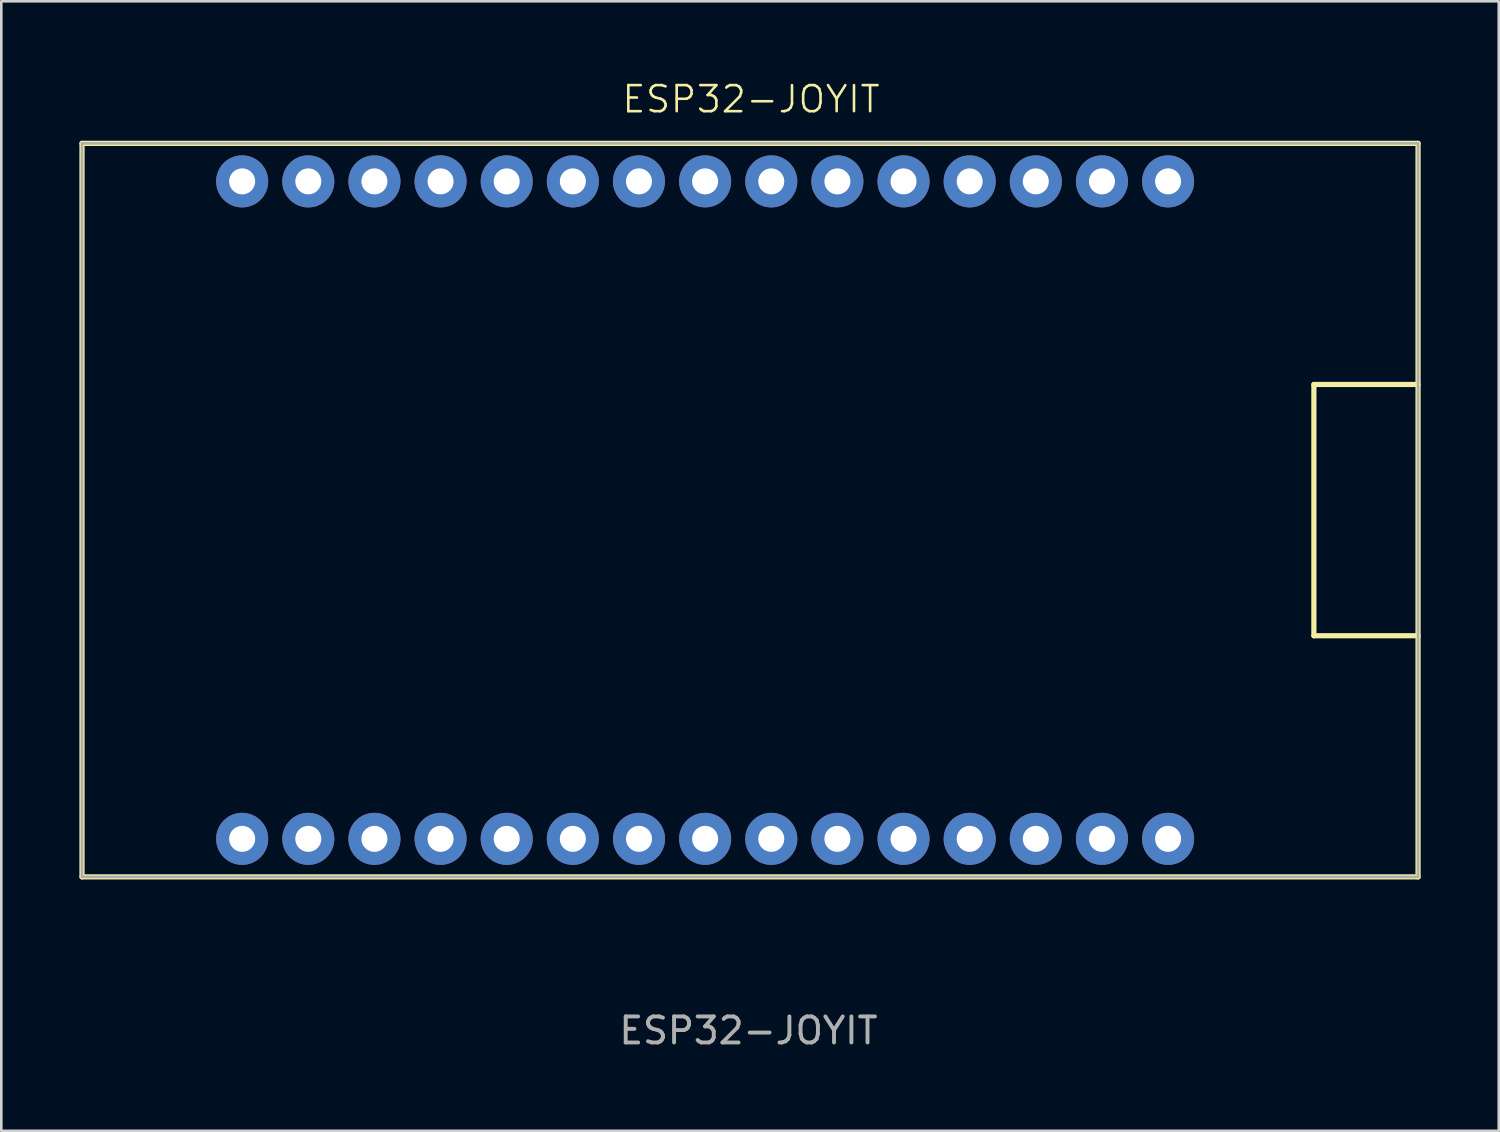
<source format=kicad_pcb>
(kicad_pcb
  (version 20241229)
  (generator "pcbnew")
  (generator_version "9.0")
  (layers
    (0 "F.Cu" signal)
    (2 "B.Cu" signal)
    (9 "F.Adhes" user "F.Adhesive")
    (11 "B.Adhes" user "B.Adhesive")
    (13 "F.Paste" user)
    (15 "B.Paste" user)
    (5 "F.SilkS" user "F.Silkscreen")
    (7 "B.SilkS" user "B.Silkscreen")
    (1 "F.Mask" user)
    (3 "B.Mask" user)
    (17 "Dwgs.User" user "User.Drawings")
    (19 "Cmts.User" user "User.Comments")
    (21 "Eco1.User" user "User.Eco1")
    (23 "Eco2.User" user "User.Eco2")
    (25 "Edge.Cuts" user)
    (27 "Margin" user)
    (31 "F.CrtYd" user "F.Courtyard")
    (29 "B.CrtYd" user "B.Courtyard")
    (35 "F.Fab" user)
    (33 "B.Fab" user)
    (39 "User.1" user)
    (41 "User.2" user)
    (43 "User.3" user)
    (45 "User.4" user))
  (footprint "ESP32-JOYIT"
    (layer "F.Cu")
    (at 25.755 16.541)
    (property "Reference" "ESP32-JOYIT" (at 0.04 -15.78 0) (unlocked yes) (layer "F.SilkS") (effects (font (size 1 1) (thickness 0.1))))
    (attr through_hole)
    (fp_line (start -25.655 -14.085) (end -25.655 14.085) (stroke (width 0.2) (type default)) (layer "F.SilkS"))
    (fp_line (start -25.655 14.085) (end 25.655 14.085) (stroke (width 0.2) (type default)) (layer "F.SilkS"))
    (fp_line (start 21.655 -4.825) (end 21.655 4.825) (stroke (width 0.2) (type default)) (layer "F.SilkS"))
    (fp_line (start 21.655 -4.825) (end 25.655 -4.825) (stroke (width 0.2) (type default)) (layer "F.SilkS"))
    (fp_line (start 21.655 4.825) (end 25.655 4.825) (stroke (width 0.2) (type default)) (layer "F.SilkS"))
    (fp_line (start 25.655 -14.085) (end -25.655 -14.085) (stroke (width 0.2) (type default)) (layer "F.SilkS"))
    (fp_line (start 25.655 -14.085) (end 25.655 14.085) (stroke (width 0.2) (type default)) (layer "F.SilkS"))
    (fp_line (start -25.655 -14.085) (end -25.655 14.085) (stroke (width 0.1) (type default)) (layer "F.Fab"))
    (fp_line (start -25.655 -14.085) (end 25.655 -14.085) (stroke (width 0.1) (type default)) (layer "F.Fab"))
    (fp_line (start -25.655 14.085) (end 25.655 14.085) (stroke (width 0.1) (type default)) (layer "F.Fab"))
    (fp_line (start 25.655 -14.085) (end 25.655 14.085) (stroke (width 0.1) (type default)) (layer "F.Fab"))
    (fp_text user "${REFERENCE}" (at -0.06 19.99 0) (unlocked yes) (layer "F.Fab") (effects (font (size 1 1) (thickness 0.15))))
    (pad "1" thru_hole circle (at -19.505 12.625) (size 2 2) (drill 1) (layers "*.Cu" "*.Mask"))
    (pad "2" thru_hole circle (at -16.965 12.625) (size 2 2) (drill 1) (layers "*.Cu" "*.Mask"))
    (pad "3" thru_hole circle (at -14.425 12.625) (size 2 2) (drill 1) (layers "*.Cu" "*.Mask"))
    (pad "4" thru_hole circle (at -11.885 12.625) (size 2 2) (drill 1) (layers "*.Cu" "*.Mask"))
    (pad "5" thru_hole circle (at -9.345 12.625) (size 2 2) (drill 1) (layers "*.Cu" "*.Mask"))
    (pad "6" thru_hole circle (at -6.805 12.625) (size 2 2) (drill 1) (layers "*.Cu" "*.Mask"))
    (pad "7" thru_hole circle (at -4.265 12.625) (size 2 2) (drill 1) (layers "*.Cu" "*.Mask"))
    (pad "8" thru_hole circle (at -1.725 12.625) (size 2 2) (drill 1) (layers "*.Cu" "*.Mask"))
    (pad "9" thru_hole circle (at 0.815 12.625) (size 2 2) (drill 1) (layers "*.Cu" "*.Mask"))
    (pad "10" thru_hole circle (at 3.355 12.625) (size 2 2) (drill 1) (layers "*.Cu" "*.Mask"))
    (pad "11" thru_hole circle (at 5.895 12.625) (size 2 2) (drill 1) (layers "*.Cu" "*.Mask"))
    (pad "12" thru_hole circle (at 8.435 12.625) (size 2 2) (drill 1) (layers "*.Cu" "*.Mask"))
    (pad "13" thru_hole circle (at 10.975 12.625) (size 2 2) (drill 1) (layers "*.Cu" "*.Mask"))
    (pad "14" thru_hole circle (at 13.515 12.625) (size 2 2) (drill 1) (layers "*.Cu" "*.Mask"))
    (pad "15" thru_hole circle (at 16.055 12.625) (size 2 2) (drill 1) (layers "*.Cu" "*.Mask"))
    (pad "16" thru_hole circle (at -19.505 -12.625) (size 2 2) (drill 1) (layers "*.Cu" "*.Mask"))
    (pad "17" thru_hole circle (at -16.965 -12.625) (size 2 2) (drill 1) (layers "*.Cu" "*.Mask"))
    (pad "18" thru_hole circle (at -14.425 -12.625) (size 2 2) (drill 1) (layers "*.Cu" "*.Mask"))
    (pad "19" thru_hole circle (at -11.885 -12.625) (size 2 2) (drill 1) (layers "*.Cu" "*.Mask"))
    (pad "20" thru_hole circle (at -9.345 -12.625) (size 2 2) (drill 1) (layers "*.Cu" "*.Mask"))
    (pad "21" thru_hole circle (at -6.805 -12.625) (size 2 2) (drill 1) (layers "*.Cu" "*.Mask"))
    (pad "22" thru_hole circle (at -4.266 -12.625) (size 2 2) (drill 1) (layers "*.Cu" "*.Mask"))
    (pad "23" thru_hole circle (at -1.725 -12.625) (size 2 2) (drill 1) (layers "*.Cu" "*.Mask"))
    (pad "24" thru_hole circle (at 0.815 -12.625) (size 2 2) (drill 1) (layers "*.Cu" "*.Mask"))
    (pad "25" thru_hole circle (at 3.355 -12.625) (size 2 2) (drill 1) (layers "*.Cu" "*.Mask"))
    (pad "26" thru_hole circle (at 5.895 -12.625) (size 2 2) (drill 1) (layers "*.Cu" "*.Mask"))
    (pad "27" thru_hole circle (at 8.435 -12.625) (size 2 2) (drill 1) (layers "*.Cu" "*.Mask"))
    (pad "28" thru_hole circle (at 10.975 -12.625) (size 2 2) (drill 1) (layers "*.Cu" "*.Mask"))
    (pad "29" thru_hole circle (at 13.515 -12.625) (size 2 2) (drill 1) (layers "*.Cu" "*.Mask"))
    (pad "30" thru_hole circle (at 16.055 -12.625) (size 2 2) (drill 1) (layers "*.Cu" "*.Mask")))
  (gr_rect
    (start -3 -3)
    (end 54.51 40.379)
    (stroke (width 0.1) (type default))
    (fill no)
    (layer "Edge.Cuts")))
</source>
